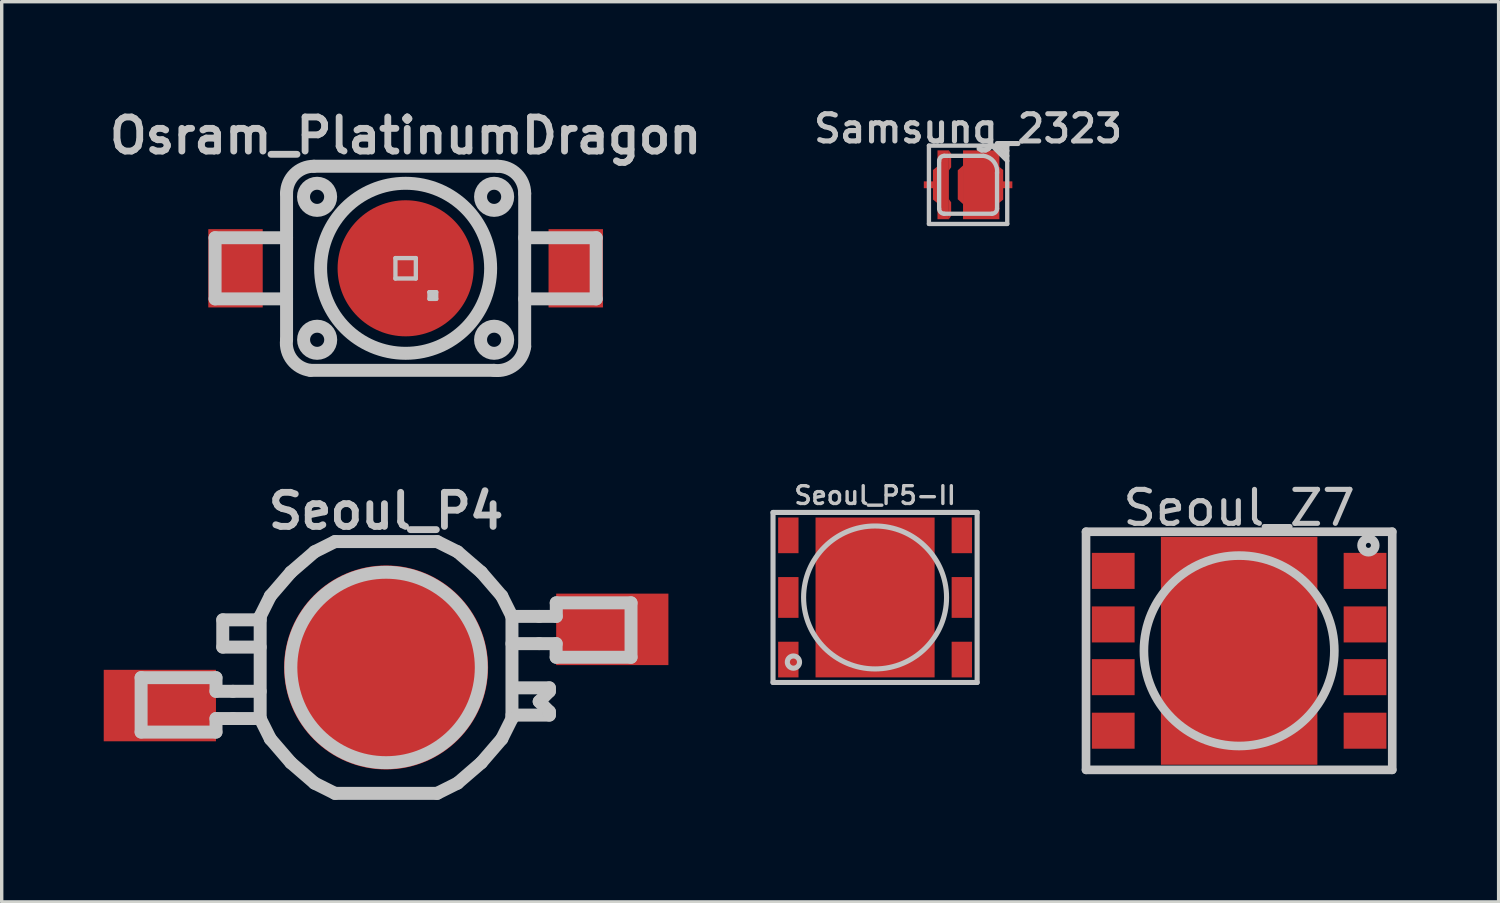
<source format=kicad_pcb>
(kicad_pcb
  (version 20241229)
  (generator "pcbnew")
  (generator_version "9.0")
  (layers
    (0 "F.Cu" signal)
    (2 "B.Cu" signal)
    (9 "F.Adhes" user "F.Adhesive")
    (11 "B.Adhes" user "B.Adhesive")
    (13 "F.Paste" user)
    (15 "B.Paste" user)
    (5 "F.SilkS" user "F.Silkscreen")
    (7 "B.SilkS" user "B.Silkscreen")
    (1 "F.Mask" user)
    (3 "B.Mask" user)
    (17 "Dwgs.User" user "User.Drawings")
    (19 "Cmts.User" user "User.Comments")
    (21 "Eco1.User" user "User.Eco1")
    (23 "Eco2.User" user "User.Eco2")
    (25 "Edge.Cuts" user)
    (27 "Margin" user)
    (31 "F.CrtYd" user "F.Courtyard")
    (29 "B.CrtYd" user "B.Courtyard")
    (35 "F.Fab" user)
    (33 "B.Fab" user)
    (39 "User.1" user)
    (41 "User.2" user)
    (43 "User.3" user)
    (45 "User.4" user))
  (footprint "Samsung_2323"
    (layer "F.Cu")
    (at 25.408 2.382)
    (property "Reference" "Samsung_2323" (at 0 -1.651 0) (layer "Dwgs.User") (effects (font (size 0.8 0.8) (thickness 0.15))))
    (attr through_hole)
    (fp_line (start -1.151 -1.151) (end 1.151 -1.151) (stroke (width 0.127) (type solid)) (layer "Dwgs.User"))
    (fp_line (start -1.151 1.151) (end -1.151 -1.151) (stroke (width 0.127) (type solid)) (layer "Dwgs.User"))
    (fp_line (start -0.851 0.701) (end -0.851 -0.701) (stroke (width 0.127) (type solid)) (layer "Dwgs.User"))
    (fp_line (start -0.701 -0.851) (end 0.45 -0.851) (stroke (width 0.127) (type solid)) (layer "Dwgs.User"))
    (fp_line (start 0.701 0.851) (end -0.701 0.851) (stroke (width 0.127) (type solid)) (layer "Dwgs.User"))
    (fp_line (start 0.851 -1.151) (end 1.151 -0.851) (stroke (width 0.127) (type solid)) (layer "Dwgs.User"))
    (fp_line (start 0.851 -0.351) (end 0.851 0.701) (stroke (width 0.127) (type solid)) (layer "Dwgs.User"))
    (fp_line (start 1.001 -1.151) (end 1.151 -1.001) (stroke (width 0.127) (type solid)) (layer "Dwgs.User"))
    (fp_line (start 1.151 -1.151) (end 1.151 1.151) (stroke (width 0.127) (type solid)) (layer "Dwgs.User"))
    (fp_line (start 1.151 -0.701) (end 0.701 -1.151) (stroke (width 0.127) (type solid)) (layer "Dwgs.User"))
    (fp_line (start 1.151 1.151) (end -1.151 1.151) (stroke (width 0.127) (type solid)) (layer "Dwgs.User"))
    (fp_arc (start -0.8509 -0.70104) (mid -0.807007 -0.807007) (end -0.70104 -0.8509) (stroke (width 0.127) (type solid)) (layer "Dwgs.User"))
    (fp_arc (start -0.70104 0.8509) (mid -0.807007 0.807007) (end -0.8509 0.70104) (stroke (width 0.127) (type solid)) (layer "Dwgs.User"))
    (fp_arc (start 0.44958 -0.8509) (mid 0.754398 -0.682556) (end 0.8509 -0.34798) (stroke (width 0.127) (type solid)) (layer "Dwgs.User"))
    (fp_arc (start 0.8509 0.70104) (mid 0.807007 0.807007) (end 0.70104 0.8509) (stroke (width 0.127) (type solid)) (layer "Dwgs.User"))
    (pad "1" smd rect (at -1.151 0) (size 0.3 0.201) (layers "F.Cu" "F.Mask" "F.Paste"))
    (pad "1" smd trapezoid (at -0.95 0) (size 0.165 1.001) (rect_delta -0.13 0) (layers "F.Cu" "F.Mask" "F.Paste"))
    (pad "1" smd rect (at -0.732 0) (size 0.335 2.024) (layers "F.Cu" "F.Mask" "F.Paste"))
    (pad "1" smd trapezoid (at -0.533 -0.716) (size 0.071 0.5) (rect_delta 0.099 0) (layers "F.Cu" "F.Mask" "F.Paste"))
    (pad "1" smd trapezoid (at -0.533 0.716) (size 0.071 0.5) (rect_delta 0.099 0) (layers "F.Cu" "F.Mask" "F.Paste"))
    (pad "2" smd trapezoid (at -0.221 0) (size 0.165 1.001) (rect_delta -0.15 0) (layers "F.Cu" "F.Mask" "F.Paste"))
    (pad "2" smd rect (at 0.386 0) (size 1.069 2.024) (layers "F.Cu" "F.Mask" "F.Paste"))
    (pad "2" smd trapezoid (at 0.95 0) (size 0.165 1.001) (rect_delta 0.13 0) (layers "F.Cu" "F.Mask" "F.Paste"))
    (pad "2" smd rect (at 1.151 0) (size 0.3 0.201) (layers "F.Cu" "F.Mask" "F.Paste")))
  (footprint "Seoul_P5-II"
    (layer "F.Cu")
    (at 22.674 14.513)
    (property "Reference" "Seoul_P5-II" (at 0 -3 0) (layer "Dwgs.User") (effects (font (size 0.523 0.523) (thickness 0.099))))
    (attr through_hole)
    (fp_line (start -3 -2.499) (end -3 2.499) (stroke (width 0.15) (type solid)) (layer "Dwgs.User"))
    (fp_line (start -3 -2.499) (end 3 -2.499) (stroke (width 0.15) (type solid)) (layer "Dwgs.User"))
    (fp_line (start 3 -2.499) (end 3 2.499) (stroke (width 0.15) (type solid)) (layer "Dwgs.User"))
    (fp_line (start 3 2.499) (end -3 2.499) (stroke (width 0.15) (type solid)) (layer "Dwgs.User"))
    (fp_circle (center -2.4 1.9) (end -2.55 1.999) (stroke (width 0.15) (type solid)) (fill no) (layer "Dwgs.User"))
    (fp_circle (center 0 0) (end 0 -2.101) (stroke (width 0.15) (type solid)) (fill no) (layer "Dwgs.User"))
    (pad "1" smd rect (at 2.55 -1.826) (size 0.599 1.049) (layers "F.Cu" "F.Mask" "F.Paste"))
    (pad "2" smd rect (at 2.55 0) (size 0.599 1.199) (layers "F.Cu" "F.Mask" "F.Paste"))
    (pad "3" smd rect (at 2.55 1.826) (size 0.599 1.049) (layers "F.Cu" "F.Mask" "F.Paste"))
    (pad "4" smd rect (at -2.55 1.826) (size 0.599 1.049) (layers "F.Cu" "F.Mask" "F.Paste"))
    (pad "5" smd rect (at -2.55 0) (size 0.599 1.199) (layers "F.Cu" "F.Mask" "F.Paste"))
    (pad "6" smd rect (at -2.55 -1.826) (size 0.599 1.049) (layers "F.Cu" "F.Mask" "F.Paste"))
    (pad "7" smd rect (at 0 0) (size 3.5 4.699) (layers "F.Cu" "F.Mask" "F.Paste")))
  (footprint "Seoul_Z7"
    (layer "F.Cu")
    (at 33.376 16.081)
    (property "Reference" "Seoul_Z7" (at 0 -4.201 0) (layer "Dwgs.User") (effects (font (size 0.998 0.998) (thickness 0.15))))
    (attr smd)
    (fp_line (start -4.501 -3.5) (end 4.501 -3.5) (stroke (width 0.254) (type solid)) (layer "Dwgs.User"))
    (fp_line (start -4.501 3.5) (end -4.501 -3.5) (stroke (width 0.254) (type solid)) (layer "Dwgs.User"))
    (fp_line (start 4.501 -3.5) (end 4.501 3.5) (stroke (width 0.254) (type solid)) (layer "Dwgs.User"))
    (fp_line (start 4.501 3.5) (end -4.501 3.5) (stroke (width 0.254) (type solid)) (layer "Dwgs.User"))
    (fp_circle (center 0 0) (end -2.799 0) (stroke (width 0.254) (type solid)) (fill no) (layer "Dwgs.User"))
    (fp_circle (center 3.8 -3.099) (end 3.599 -3.099) (stroke (width 0.254) (type solid)) (fill no) (layer "Dwgs.User"))
    (pad "" smd rect (at -1.15 -1.675) (size 2.3 3.35) (layers "F.Mask" "F.Paste"))
    (pad "" smd rect (at -1.15 1.675) (size 2.3 3.35) (layers "F.Mask" "F.Paste"))
    (pad "" smd rect (at 1.15 -1.675) (size 2.3 3.35) (layers "F.Mask" "F.Paste"))
    (pad "" smd rect (at 1.15 1.675) (size 2.3 3.35) (layers "F.Mask" "F.Paste"))
    (pad "1" smd rect (at 3.701 -2.349) (size 1.257 1.059) (layers "F.Cu" "F.Mask" "F.Paste"))
    (pad "2" smd rect (at 3.701 -0.775) (size 1.257 1.059) (layers "F.Cu" "F.Mask" "F.Paste"))
    (pad "3" smd rect (at 3.701 0.775) (size 1.257 1.059) (layers "F.Cu" "F.Mask" "F.Paste"))
    (pad "4" smd rect (at 3.701 2.349) (size 1.257 1.059) (layers "F.Cu" "F.Mask" "F.Paste"))
    (pad "5" smd rect (at -3.701 2.349) (size 1.257 1.059) (layers "F.Cu" "F.Mask" "F.Paste"))
    (pad "6" smd rect (at -3.701 0.775) (size 1.257 1.059) (layers "F.Cu" "F.Mask" "F.Paste"))
    (pad "7" smd rect (at -3.701 -0.775) (size 1.257 1.059) (layers "F.Cu" "F.Mask" "F.Paste"))
    (pad "8" smd rect (at -3.701 -2.349) (size 1.257 1.059) (layers "F.Cu" "F.Mask" "F.Paste"))
    (pad "9" smd rect (at 0 0) (size 4.6 6.7) (layers "F.Cu")))
  (footprint "Seoul_P4"
    (layer "F.Cu")
    (at 8.299 16.571)
    (property "Reference" "Seoul_P4" (at 0 -4.6 0) (layer "Dwgs.User") (effects (font (size 1.001 1.001) (thickness 0.201))))
    (attr through_hole)
    (fp_line (start -7.201 0.3) (end -5.001 0.3) (stroke (width 0.381) (type solid)) (layer "Dwgs.User"))
    (fp_line (start -7.201 1.897) (end -7.201 0.297) (stroke (width 0.381) (type solid)) (layer "Dwgs.User"))
    (fp_line (start -7.201 1.9) (end -5.001 1.9) (stroke (width 0.381) (type solid)) (layer "Dwgs.User"))
    (fp_line (start -4.999 0.3) (end -4.999 0.701) (stroke (width 0.381) (type solid)) (layer "Dwgs.User"))
    (fp_line (start -4.999 1.9) (end -4.999 1.501) (stroke (width 0.381) (type solid)) (layer "Dwgs.User"))
    (fp_line (start -4.801 -0.599) (end -4.801 -1.4) (stroke (width 0.381) (type solid)) (layer "Dwgs.User"))
    (fp_line (start -4.501 0.701) (end -5.001 0.701) (stroke (width 0.381) (type solid)) (layer "Dwgs.User"))
    (fp_line (start -4.501 0.701) (end -3.701 0.701) (stroke (width 0.381) (type solid)) (layer "Dwgs.User"))
    (fp_line (start -4.501 1.501) (end -5.001 1.501) (stroke (width 0.381) (type solid)) (layer "Dwgs.User"))
    (fp_line (start -4.501 1.501) (end -3.701 1.501) (stroke (width 0.381) (type solid)) (layer "Dwgs.User"))
    (fp_line (start -3.701 -1.501) (end -3.401 -2.101) (stroke (width 0.381) (type solid)) (layer "Dwgs.User"))
    (fp_line (start -3.701 -1.4) (end -4.801 -1.4) (stroke (width 0.381) (type solid)) (layer "Dwgs.User"))
    (fp_line (start -3.701 -0.599) (end -4.801 -0.599) (stroke (width 0.381) (type solid)) (layer "Dwgs.User"))
    (fp_line (start -3.701 1.501) (end -3.701 -1.501) (stroke (width 0.381) (type solid)) (layer "Dwgs.User"))
    (fp_line (start -3.701 1.501) (end -3.401 2.101) (stroke (width 0.381) (type solid)) (layer "Dwgs.User"))
    (fp_line (start -3.401 -2.101) (end -2.799 -2.799) (stroke (width 0.381) (type solid)) (layer "Dwgs.User"))
    (fp_line (start -2.799 -2.799) (end -2.101 -3.401) (stroke (width 0.381) (type solid)) (layer "Dwgs.User"))
    (fp_line (start -2.799 2.799) (end -3.401 2.101) (stroke (width 0.381) (type solid)) (layer "Dwgs.User"))
    (fp_line (start -2.101 -3.401) (end -1.501 -3.701) (stroke (width 0.381) (type solid)) (layer "Dwgs.User"))
    (fp_line (start -2.101 3.401) (end -2.799 2.799) (stroke (width 0.381) (type solid)) (layer "Dwgs.User"))
    (fp_line (start -1.501 -3.701) (end 1.501 -3.701) (stroke (width 0.381) (type solid)) (layer "Dwgs.User"))
    (fp_line (start -1.501 3.701) (end -2.101 3.401) (stroke (width 0.381) (type solid)) (layer "Dwgs.User"))
    (fp_line (start 1.501 -3.701) (end 2.101 -3.401) (stroke (width 0.381) (type solid)) (layer "Dwgs.User"))
    (fp_line (start 1.501 3.701) (end -1.501 3.701) (stroke (width 0.381) (type solid)) (layer "Dwgs.User"))
    (fp_line (start 1.501 3.701) (end 2.101 3.401) (stroke (width 0.381) (type solid)) (layer "Dwgs.User"))
    (fp_line (start 2.101 -3.401) (end 2.799 -2.799) (stroke (width 0.381) (type solid)) (layer "Dwgs.User"))
    (fp_line (start 2.799 -2.799) (end 3.401 -2.101) (stroke (width 0.381) (type solid)) (layer "Dwgs.User"))
    (fp_line (start 2.799 2.799) (end 2.101 3.401) (stroke (width 0.381) (type solid)) (layer "Dwgs.User"))
    (fp_line (start 3.401 2.101) (end 2.799 2.799) (stroke (width 0.381) (type solid)) (layer "Dwgs.User"))
    (fp_line (start 3.701 -1.501) (end 3.401 -2.101) (stroke (width 0.381) (type solid)) (layer "Dwgs.User"))
    (fp_line (start 3.701 -1.501) (end 3.701 1.501) (stroke (width 0.381) (type solid)) (layer "Dwgs.User"))
    (fp_line (start 3.701 1.4) (end 4.801 1.4) (stroke (width 0.381) (type solid)) (layer "Dwgs.User"))
    (fp_line (start 3.701 1.501) (end 3.401 2.101) (stroke (width 0.381) (type solid)) (layer "Dwgs.User"))
    (fp_line (start 3.8 0.599) (end 4.801 0.599) (stroke (width 0.381) (type solid)) (layer "Dwgs.User"))
    (fp_line (start 4.501 -1.501) (end 3.701 -1.501) (stroke (width 0.381) (type solid)) (layer "Dwgs.User"))
    (fp_line (start 4.501 -0.701) (end 3.701 -0.701) (stroke (width 0.381) (type solid)) (layer "Dwgs.User"))
    (fp_line (start 4.501 1.001) (end 4.801 1.3) (stroke (width 0.381) (type solid)) (layer "Dwgs.User"))
    (fp_line (start 4.801 0.599) (end 4.801 0.701) (stroke (width 0.381) (type solid)) (layer "Dwgs.User"))
    (fp_line (start 4.801 0.701) (end 4.501 1.001) (stroke (width 0.381) (type solid)) (layer "Dwgs.User"))
    (fp_line (start 4.801 1.3) (end 4.801 1.4) (stroke (width 0.381) (type solid)) (layer "Dwgs.User"))
    (fp_line (start 4.999 -0.3) (end 4.999 -0.701) (stroke (width 0.381) (type solid)) (layer "Dwgs.User"))
    (fp_line (start 5.001 -1.9) (end 7.201 -1.9) (stroke (width 0.381) (type solid)) (layer "Dwgs.User"))
    (fp_line (start 5.001 -1.501) (end 4.501 -1.501) (stroke (width 0.381) (type solid)) (layer "Dwgs.User"))
    (fp_line (start 5.001 -0.701) (end 4.501 -0.701) (stroke (width 0.381) (type solid)) (layer "Dwgs.User"))
    (fp_line (start 5.004 -1.9) (end 5.004 -1.501) (stroke (width 0.381) (type solid)) (layer "Dwgs.User"))
    (fp_line (start 7.201 -1.9) (end 7.201 -0.3) (stroke (width 0.381) (type solid)) (layer "Dwgs.User"))
    (fp_line (start 7.201 -0.3) (end 5.001 -0.3) (stroke (width 0.381) (type solid)) (layer "Dwgs.User"))
    (fp_circle (center 0 0) (end -2.799 0) (stroke (width 0.381) (type solid)) (fill no) (layer "Dwgs.User"))
    (pad "1" smd rect (at -6.65 1.12) (size 3.299 2.101) (layers "F.Cu" "F.Mask" "F.Paste"))
    (pad "2" smd rect (at 6.65 -1.12) (size 3.299 2.101) (layers "F.Cu" "F.Mask" "F.Paste"))
    (pad "3" smd circle (at 0 0) (size 5.999 5.999) (layers "F.Cu" "F.Mask" "F.Paste")))
  (footprint "Osram_PlatinumDragon"
    (layer "F.Cu")
    (at 8.874 4.837)
    (property "Reference" "Osram_PlatinumDragon" (at 0 -3.899 0) (layer "Dwgs.User") (effects (font (size 1.001 1.001) (thickness 0.201))))
    (attr through_hole)
    (fp_line (start -5.601 -0.899) (end -5.601 0.899) (stroke (width 0.381) (type solid)) (layer "Dwgs.User"))
    (fp_line (start -5.601 0.899) (end -3.5 0.899) (stroke (width 0.381) (type solid)) (layer "Dwgs.User"))
    (fp_line (start -3.5 -0.899) (end -5.601 -0.899) (stroke (width 0.381) (type solid)) (layer "Dwgs.User"))
    (fp_line (start -3.5 2.101) (end -3.5 -2.2) (stroke (width 0.381) (type solid)) (layer "Dwgs.User"))
    (fp_line (start -2.7 -3) (end 2.7 -3) (stroke (width 0.381) (type solid)) (layer "Dwgs.User"))
    (fp_line (start -0.3 -0.3) (end 0.3 -0.3) (stroke (width 0.127) (type solid)) (layer "Dwgs.User"))
    (fp_line (start -0.3 0.3) (end -0.3 -0.3) (stroke (width 0.127) (type solid)) (layer "Dwgs.User"))
    (fp_line (start 0.3 -0.3) (end 0.3 0.3) (stroke (width 0.127) (type solid)) (layer "Dwgs.User"))
    (fp_line (start 0.3 0.3) (end -0.3 0.3) (stroke (width 0.127) (type solid)) (layer "Dwgs.User"))
    (fp_line (start 0.701 0.701) (end 0.8 0.8) (stroke (width 0.127) (type solid)) (layer "Dwgs.User"))
    (fp_line (start 0.701 0.701) (end 0.899 0.701) (stroke (width 0.127) (type solid)) (layer "Dwgs.User"))
    (fp_line (start 0.701 0.899) (end 0.701 0.701) (stroke (width 0.127) (type solid)) (layer "Dwgs.User"))
    (fp_line (start 0.899 0.701) (end 0.899 0.899) (stroke (width 0.127) (type solid)) (layer "Dwgs.User"))
    (fp_line (start 0.899 0.899) (end 0.701 0.899) (stroke (width 0.127) (type solid)) (layer "Dwgs.User"))
    (fp_line (start 2.601 3) (end -2.799 3) (stroke (width 0.381) (type solid)) (layer "Dwgs.User"))
    (fp_line (start 3.5 -2.2) (end 3.5 2.301) (stroke (width 0.381) (type solid)) (layer "Dwgs.User"))
    (fp_line (start 5.601 -0.899) (end 3.5 -0.899) (stroke (width 0.381) (type solid)) (layer "Dwgs.User"))
    (fp_line (start 5.601 -0.899) (end 5.601 0.899) (stroke (width 0.381) (type solid)) (layer "Dwgs.User"))
    (fp_line (start 5.601 0.899) (end 3.5 0.899) (stroke (width 0.381) (type solid)) (layer "Dwgs.User"))
    (fp_arc (start -3.50012 -2.19964) (mid -3.265776 -2.765396) (end -2.70002 -2.99974) (stroke (width 0.381) (type solid)) (layer "Dwgs.User"))
    (fp_arc (start -2.79908 2.99974) (mid -3.335822 2.69535) (end -3.50012 2.10058) (stroke (width 0.381) (type solid)) (layer "Dwgs.User"))
    (fp_arc (start 2.70002 -2.99974) (mid 3.265776 -2.765396) (end 3.50012 -2.19964) (stroke (width 0.381) (type solid)) (layer "Dwgs.User"))
    (fp_arc (start 3.50012 2.30124) (mid 3.193934 2.837238) (end 2.59842 2.99974) (stroke (width 0.381) (type solid)) (layer "Dwgs.User"))
    (fp_circle (center -2.603 -2.101) (end -3.002 -2.101) (stroke (width 0.381) (type solid)) (fill no) (layer "Dwgs.User"))
    (fp_circle (center -2.601 2.101) (end -3 2.101) (stroke (width 0.381) (type solid)) (fill no) (layer "Dwgs.User"))
    (fp_circle (center 0 0) (end -2.499 0) (stroke (width 0.381) (type solid)) (fill no) (layer "Dwgs.User"))
    (fp_circle (center 2.601 -2.101) (end 3 -2.101) (stroke (width 0.381) (type solid)) (fill no) (layer "Dwgs.User"))
    (fp_circle (center 2.601 2.101) (end 3 2.101) (stroke (width 0.381) (type solid)) (fill no) (layer "Dwgs.User"))
    (pad "1" smd rect (at -5.001 0) (size 1.6 2.301) (layers "F.Cu" "F.Mask" "F.Paste"))
    (pad "2" smd rect (at 5.001 0) (size 1.6 2.301) (layers "F.Cu" "F.Mask" "F.Paste"))
    (pad "3" smd circle (at 0 0) (size 4 4) (layers "F.Cu" "F.Mask" "F.Paste")))
  (gr_rect
    (start -3 -3)
    (end 41.004 23.462)
    (stroke (width 0.1) (type default))
    (fill no)
    (layer "Edge.Cuts")))
</source>
